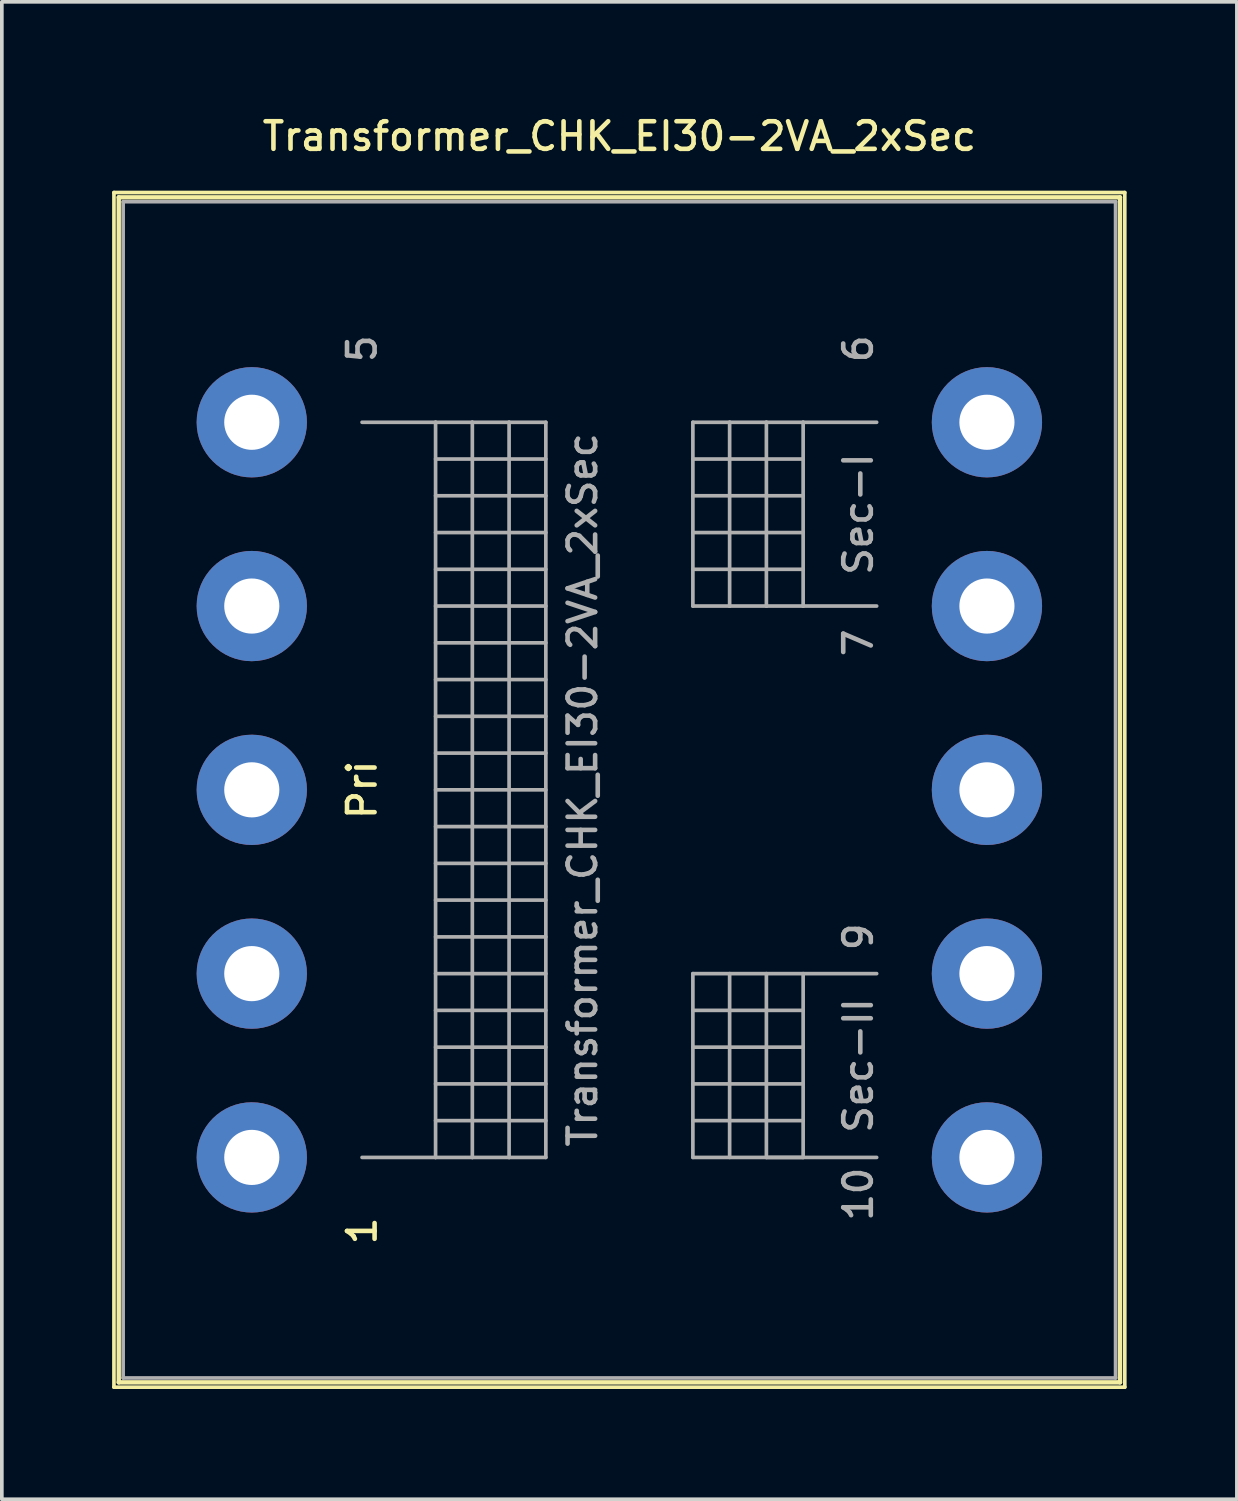
<source format=kicad_pcb>
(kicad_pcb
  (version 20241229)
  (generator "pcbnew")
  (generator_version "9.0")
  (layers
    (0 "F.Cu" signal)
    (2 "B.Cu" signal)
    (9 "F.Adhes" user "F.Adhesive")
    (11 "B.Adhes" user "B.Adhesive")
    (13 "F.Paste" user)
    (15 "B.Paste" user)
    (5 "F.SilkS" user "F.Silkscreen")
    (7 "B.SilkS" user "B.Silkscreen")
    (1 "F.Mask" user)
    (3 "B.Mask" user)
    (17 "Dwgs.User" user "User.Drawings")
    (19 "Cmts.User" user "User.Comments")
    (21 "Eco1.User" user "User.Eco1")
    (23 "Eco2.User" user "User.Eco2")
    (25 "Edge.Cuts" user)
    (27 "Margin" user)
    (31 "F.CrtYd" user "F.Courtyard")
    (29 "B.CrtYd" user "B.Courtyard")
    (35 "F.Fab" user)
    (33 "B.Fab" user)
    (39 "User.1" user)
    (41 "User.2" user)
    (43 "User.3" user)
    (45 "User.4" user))
  (footprint "Transformer_CHK_EI30-2VA_2xSec"
    (layer "F.Cu")
    (at 3.8 28.438)
    (property "Reference" "Transformer_CHK_EI30-2VA_2xSec" (at 10 -27.78 0) (layer "F.SilkS") (effects (font (size 0.75 0.75) (thickness 0.125))))
    (attr through_hole)
    (fp_line (start -3.75 -26.25) (end -3.75 6.25) (stroke (width 0.1) (type solid)) (layer "F.SilkS"))
    (fp_line (start -3.75 -26.25) (end 23.75 -26.25) (stroke (width 0.1) (type solid)) (layer "F.SilkS"))
    (fp_line (start -3.62 -26.12) (end -3.62 6.12) (stroke (width 0.12) (type solid)) (layer "F.SilkS"))
    (fp_line (start -3.62 -26.12) (end 23.62 -26.12) (stroke (width 0.12) (type solid)) (layer "F.SilkS"))
    (fp_line (start 23.62 6.12) (end -3.62 6.12) (stroke (width 0.12) (type solid)) (layer "F.SilkS"))
    (fp_line (start 23.62 6.12) (end 23.62 -26.12) (stroke (width 0.12) (type solid)) (layer "F.SilkS"))
    (fp_line (start 23.75 6.25) (end -3.75 6.25) (stroke (width 0.1) (type solid)) (layer "F.SilkS"))
    (fp_line (start 23.75 6.25) (end 23.75 -26.25) (stroke (width 0.1) (type solid)) (layer "F.SilkS"))
    (fp_line (start -3.5 -26) (end -3.5 6) (stroke (width 0.1) (type solid)) (layer "F.Fab"))
    (fp_line (start -3.5 6) (end 23.5 6) (stroke (width 0.1) (type solid)) (layer "F.Fab"))
    (fp_line (start 3 -20) (end 5 -20) (stroke (width 0.1) (type solid)) (layer "F.Fab"))
    (fp_line (start 5 -20) (end 5 0) (stroke (width 0.1) (type solid)) (layer "F.Fab"))
    (fp_line (start 5 -20) (end 6 -20) (stroke (width 0.1) (type solid)) (layer "F.Fab"))
    (fp_line (start 5 -19) (end 8 -19) (stroke (width 0.1) (type solid)) (layer "F.Fab"))
    (fp_line (start 5 -17) (end 8 -17) (stroke (width 0.1) (type solid)) (layer "F.Fab"))
    (fp_line (start 5 -15) (end 8 -15) (stroke (width 0.1) (type solid)) (layer "F.Fab"))
    (fp_line (start 5 -13) (end 8 -13) (stroke (width 0.1) (type solid)) (layer "F.Fab"))
    (fp_line (start 5 -11) (end 8 -11) (stroke (width 0.1) (type solid)) (layer "F.Fab"))
    (fp_line (start 5 -9) (end 8 -9) (stroke (width 0.1) (type solid)) (layer "F.Fab"))
    (fp_line (start 5 -7) (end 8 -7) (stroke (width 0.1) (type solid)) (layer "F.Fab"))
    (fp_line (start 5 -5) (end 8 -5) (stroke (width 0.1) (type solid)) (layer "F.Fab"))
    (fp_line (start 5 -3) (end 8 -3) (stroke (width 0.1) (type solid)) (layer "F.Fab"))
    (fp_line (start 5 -1) (end 8 -1) (stroke (width 0.1) (type solid)) (layer "F.Fab"))
    (fp_line (start 5 0) (end 3 0) (stroke (width 0.1) (type solid)) (layer "F.Fab"))
    (fp_line (start 6 -20) (end 6 0) (stroke (width 0.1) (type solid)) (layer "F.Fab"))
    (fp_line (start 6 -20) (end 7 -20) (stroke (width 0.1) (type solid)) (layer "F.Fab"))
    (fp_line (start 6 0) (end 5 0) (stroke (width 0.1) (type solid)) (layer "F.Fab"))
    (fp_line (start 7 -20) (end 7 0) (stroke (width 0.1) (type solid)) (layer "F.Fab"))
    (fp_line (start 7 -20) (end 8 -20) (stroke (width 0.1) (type solid)) (layer "F.Fab"))
    (fp_line (start 7 0) (end 6 0) (stroke (width 0.1) (type solid)) (layer "F.Fab"))
    (fp_line (start 8 -20) (end 8 0) (stroke (width 0.1) (type solid)) (layer "F.Fab"))
    (fp_line (start 8 -18) (end 5 -18) (stroke (width 0.1) (type solid)) (layer "F.Fab"))
    (fp_line (start 8 -16) (end 5 -16) (stroke (width 0.1) (type solid)) (layer "F.Fab"))
    (fp_line (start 8 -14) (end 5 -14) (stroke (width 0.1) (type solid)) (layer "F.Fab"))
    (fp_line (start 8 -12) (end 5 -12) (stroke (width 0.1) (type solid)) (layer "F.Fab"))
    (fp_line (start 8 -10) (end 5 -10) (stroke (width 0.1) (type solid)) (layer "F.Fab"))
    (fp_line (start 8 -8) (end 5 -8) (stroke (width 0.1) (type solid)) (layer "F.Fab"))
    (fp_line (start 8 -6) (end 5 -6) (stroke (width 0.1) (type solid)) (layer "F.Fab"))
    (fp_line (start 8 -4) (end 5 -4) (stroke (width 0.1) (type solid)) (layer "F.Fab"))
    (fp_line (start 8 -2) (end 5 -2) (stroke (width 0.1) (type solid)) (layer "F.Fab"))
    (fp_line (start 8 0) (end 7 0) (stroke (width 0.1) (type solid)) (layer "F.Fab"))
    (fp_line (start 12 -20) (end 12 -15) (stroke (width 0.1) (type solid)) (layer "F.Fab"))
    (fp_line (start 12 -19) (end 15 -19) (stroke (width 0.1) (type solid)) (layer "F.Fab"))
    (fp_line (start 12 -17) (end 15 -17) (stroke (width 0.1) (type solid)) (layer "F.Fab"))
    (fp_line (start 12 -15) (end 13 -15) (stroke (width 0.1) (type solid)) (layer "F.Fab"))
    (fp_line (start 12 -5) (end 12 0) (stroke (width 0.1) (type solid)) (layer "F.Fab"))
    (fp_line (start 12 -4) (end 15 -4) (stroke (width 0.1) (type solid)) (layer "F.Fab"))
    (fp_line (start 12 -2) (end 15 -2) (stroke (width 0.1) (type solid)) (layer "F.Fab"))
    (fp_line (start 12 0) (end 17 0) (stroke (width 0.1) (type solid)) (layer "F.Fab"))
    (fp_line (start 13 -20) (end 12 -20) (stroke (width 0.1) (type solid)) (layer "F.Fab"))
    (fp_line (start 13 -20) (end 13 -15) (stroke (width 0.1) (type solid)) (layer "F.Fab"))
    (fp_line (start 13 -15) (end 14 -15) (stroke (width 0.1) (type solid)) (layer "F.Fab"))
    (fp_line (start 13 -5) (end 13 0) (stroke (width 0.1) (type solid)) (layer "F.Fab"))
    (fp_line (start 14 -20) (end 13 -20) (stroke (width 0.1) (type solid)) (layer "F.Fab"))
    (fp_line (start 14 -20) (end 14 -15) (stroke (width 0.1) (type solid)) (layer "F.Fab"))
    (fp_line (start 14 -15) (end 15 -15) (stroke (width 0.1) (type solid)) (layer "F.Fab"))
    (fp_line (start 14 0) (end 14 -5) (stroke (width 0.1) (type solid)) (layer "F.Fab"))
    (fp_line (start 15 -20) (end 14 -20) (stroke (width 0.1) (type solid)) (layer "F.Fab"))
    (fp_line (start 15 -20) (end 15 -15) (stroke (width 0.1) (type solid)) (layer "F.Fab"))
    (fp_line (start 15 -18) (end 12 -18) (stroke (width 0.1) (type solid)) (layer "F.Fab"))
    (fp_line (start 15 -16) (end 12 -16) (stroke (width 0.1) (type solid)) (layer "F.Fab"))
    (fp_line (start 15 -15) (end 17 -15) (stroke (width 0.1) (type solid)) (layer "F.Fab"))
    (fp_line (start 15 -5) (end 15 0) (stroke (width 0.1) (type solid)) (layer "F.Fab"))
    (fp_line (start 15 -3) (end 12 -3) (stroke (width 0.1) (type solid)) (layer "F.Fab"))
    (fp_line (start 15 -1) (end 12 -1) (stroke (width 0.1) (type solid)) (layer "F.Fab"))
    (fp_line (start 15 0) (end 14 0) (stroke (width 0.1) (type solid)) (layer "F.Fab"))
    (fp_line (start 17 -20) (end 15 -20) (stroke (width 0.1) (type solid)) (layer "F.Fab"))
    (fp_line (start 17 -5) (end 12 -5) (stroke (width 0.1) (type solid)) (layer "F.Fab"))
    (fp_line (start 23.5 -26) (end -3.5 -26) (stroke (width 0.1) (type solid)) (layer "F.Fab"))
    (fp_line (start 23.5 6) (end 23.5 -26) (stroke (width 0.1) (type solid)) (layer "F.Fab"))
    (fp_text user "1" (at 3 2 90) (layer "F.SilkS") (effects (font (size 0.75 0.75) (thickness 0.125))))
    (fp_text user "Pri" (at 3 -10 90) (layer "F.SilkS") (effects (font (size 0.75 0.75) (thickness 0.125))))
    (fp_text user "${REFERENCE}" (at 9 -10 90) (layer "F.Fab") (effects (font (size 0.75 0.75) (thickness 0.125))))
    (fp_text user "6" (at 16.5 -22 90) (layer "F.Fab") (effects (font (size 0.75 0.75) (thickness 0.125))))
    (fp_text user "5" (at 3 -22 90) (layer "F.Fab") (effects (font (size 0.75 0.75) (thickness 0.125))))
    (fp_text user "9" (at 16.5 -6 90) (layer "F.Fab") (effects (font (size 0.75 0.75) (thickness 0.125))))
    (fp_text user "Sec-II" (at 16.5 -2.5 90) (layer "F.Fab") (effects (font (size 0.75 0.75) (thickness 0.125))))
    (fp_text user "10" (at 16.5 1 90) (layer "F.Fab") (effects (font (size 0.75 0.75) (thickness 0.125))))
    (fp_text user "Sec-I" (at 16.5 -17.5 90) (layer "F.Fab") (effects (font (size 0.75 0.75) (thickness 0.125))))
    (fp_text user "7" (at 16.5 -14 90) (layer "F.Fab") (effects (font (size 0.75 0.75) (thickness 0.125))))
    (pad "1" thru_hole circle (at 0 0) (size 3 3) (drill 1.5) (layers "*.Cu" "*.Mask"))
    (pad "2" thru_hole circle (at 0 -5) (size 3 3) (drill 1.5) (layers "*.Cu" "*.Mask"))
    (pad "3" thru_hole circle (at 0 -10) (size 3 3) (drill 1.5) (layers "*.Cu" "*.Mask"))
    (pad "4" thru_hole circle (at 0 -15) (size 3 3) (drill 1.5) (layers "*.Cu" "*.Mask"))
    (pad "5" thru_hole circle (at 0 -20) (size 3 3) (drill 1.5) (layers "*.Cu" "*.Mask"))
    (pad "6" thru_hole circle (at 20 -20) (size 3 3) (drill 1.5) (layers "*.Cu" "*.Mask"))
    (pad "7" thru_hole circle (at 20 -15) (size 3 3) (drill 1.5) (layers "*.Cu" "*.Mask"))
    (pad "8" thru_hole circle (at 20 -10) (size 3 3) (drill 1.5) (layers "*.Cu" "*.Mask"))
    (pad "9" thru_hole circle (at 20 -5) (size 3 3) (drill 1.5) (layers "*.Cu" "*.Mask"))
    (pad "10" thru_hole circle (at 20 0) (size 3 3) (drill 1.5) (layers "*.Cu" "*.Mask")))
  (gr_rect
    (start -3 -3)
    (end 30.6 37.738)
    (stroke (width 0.1) (type default))
    (fill no)
    (layer "Edge.Cuts")))
</source>
